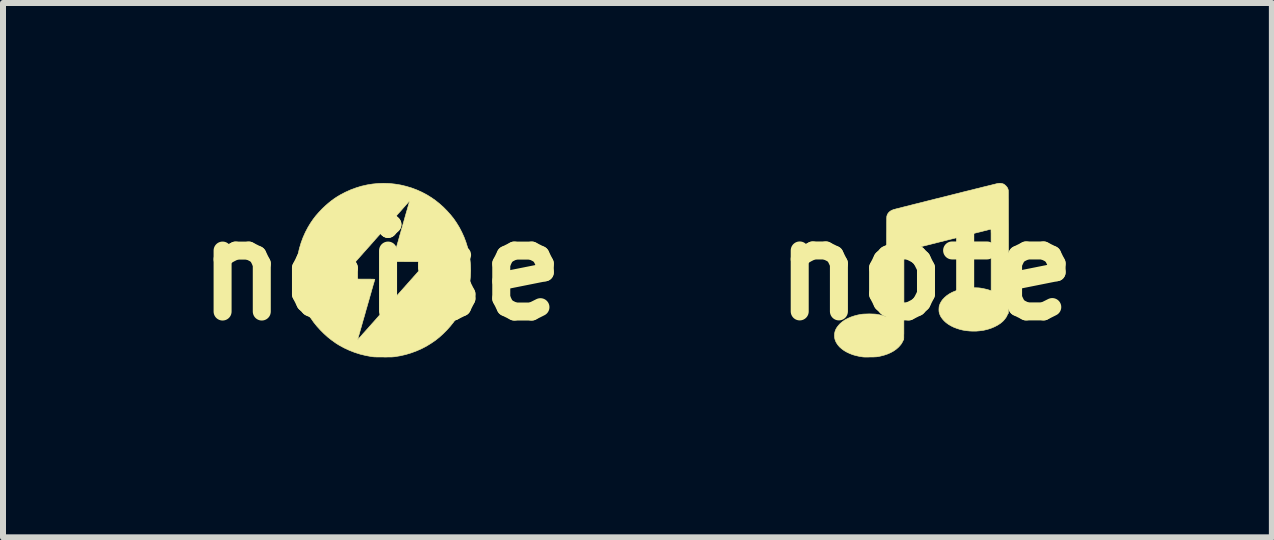
<source format=kicad_pcb>
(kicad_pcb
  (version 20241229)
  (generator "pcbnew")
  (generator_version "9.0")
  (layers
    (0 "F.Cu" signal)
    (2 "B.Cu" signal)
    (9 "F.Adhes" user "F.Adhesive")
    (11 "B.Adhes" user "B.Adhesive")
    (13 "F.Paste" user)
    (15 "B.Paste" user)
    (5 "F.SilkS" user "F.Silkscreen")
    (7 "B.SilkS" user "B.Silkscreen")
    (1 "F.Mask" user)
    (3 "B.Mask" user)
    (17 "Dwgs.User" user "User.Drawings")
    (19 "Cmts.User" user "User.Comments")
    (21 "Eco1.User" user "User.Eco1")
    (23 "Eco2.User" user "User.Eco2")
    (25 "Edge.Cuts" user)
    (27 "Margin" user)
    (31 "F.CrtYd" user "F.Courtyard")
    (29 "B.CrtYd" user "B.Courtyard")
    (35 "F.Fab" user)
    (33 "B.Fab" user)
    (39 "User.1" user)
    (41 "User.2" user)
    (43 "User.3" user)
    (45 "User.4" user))
  (footprint "noise"
    (layer "F.Cu")
    (at 3.309 1.453)
    (property "Reference" "noise" (at 0 0 0) (layer "F.SilkS") (effects (font (size 1.524 1.524) (thickness 0.3))))
    (attr through_hole)
    (fp_poly (pts (xy 0.129 -1.445) (xy 0.223 -1.435) (xy 0.316 -1.42) (xy 0.408 -1.398) (xy 0.499 -1.371) (xy 0.587 -1.338) (xy 0.674 -1.299) (xy 0.757 -1.255) (xy 0.833 -1.208) (xy 0.901 -1.16) (xy 0.967 -1.107) (xy 1.032 -1.049) (xy 1.093 -0.987) (xy 1.151 -0.922) (xy 1.201 -0.86) (xy 1.25 -0.789) (xy 1.296 -0.714) (xy 1.337 -0.635) (xy 1.374 -0.554) (xy 1.406 -0.47) (xy 1.433 -0.384) (xy 1.454 -0.298) (xy 1.459 -0.276) (xy 1.474 -0.182) (xy 1.483 -0.088) (xy 1.486 0.006) (xy 1.482 0.1) (xy 1.473 0.193) (xy 1.458 0.286) (xy 1.436 0.378) (xy 1.409 0.468) (xy 1.376 0.556) (xy 1.337 0.642) (xy 1.293 0.726) (xy 1.246 0.801) (xy 1.199 0.868) (xy 1.146 0.934) (xy 1.089 0.998) (xy 1.028 1.059) (xy 0.964 1.117) (xy 0.899 1.169) (xy 0.824 1.22) (xy 0.746 1.268) (xy 0.665 1.31) (xy 0.58 1.347) (xy 0.493 1.379) (xy 0.403 1.406) (xy 0.312 1.427) (xy 0.227 1.441) (xy 0.215 1.443) (xy 0.204 1.444) (xy 0.193 1.445) (xy 0.18 1.446) (xy 0.166 1.447) (xy 0.15 1.447) (xy 0.131 1.447) (xy 0.107 1.447) (xy 0.079 1.448) (xy 0.046 1.448) (xy 0.03 1.447) (xy -0.005 1.447) (xy -0.035 1.447) (xy -0.06 1.447) (xy -0.08 1.447) (xy -0.097 1.446) (xy -0.112 1.446) (xy -0.125 1.445) (xy -0.136 1.444) (xy -0.147 1.443) (xy -0.158 1.441) (xy -0.168 1.44) (xy -0.265 1.422) (xy -0.359 1.399) (xy -0.45 1.37) (xy -0.539 1.335) (xy -0.625 1.295) (xy -0.709 1.249) (xy -0.763 1.215) (xy -0.83 1.167) (xy -0.896 1.115) (xy -0.96 1.057) (xy -1.021 0.996) (xy -1.079 0.932) (xy -1.131 0.867) (xy -1.181 0.795) (xy -1.227 0.719) (xy -1.268 0.64) (xy -1.305 0.557) (xy -1.337 0.472) (xy -1.364 0.386) (xy -1.385 0.299) (xy -1.387 0.289) (xy -1.403 0.195) (xy -1.408 0.148) (xy -0.69 0.148) (xy -0.4 0.148) (xy -0.351 0.149) (xy -0.307 0.149) (xy -0.269 0.149) (xy -0.237 0.149) (xy -0.209 0.149) (xy -0.185 0.149) (xy -0.166 0.15) (xy -0.15 0.15) (xy -0.138 0.15) (xy -0.129 0.151) (xy -0.122 0.151) (xy -0.117 0.152) (xy -0.114 0.153) (xy -0.113 0.153) (xy -0.112 0.154) (xy -0.112 0.155) (xy -0.113 0.158) (xy -0.116 0.168) (xy -0.12 0.183) (xy -0.126 0.203) (xy -0.133 0.227) (xy -0.142 0.257) (xy -0.151 0.29) (xy -0.162 0.327) (xy -0.173 0.368) (xy -0.186 0.412) (xy -0.199 0.459) (xy -0.213 0.508) (xy -0.228 0.56) (xy -0.243 0.613) (xy -0.256 0.657) (xy -0.271 0.712) (xy -0.286 0.765) (xy -0.301 0.816) (xy -0.315 0.865) (xy -0.328 0.911) (xy -0.34 0.954) (xy -0.352 0.994) (xy -0.362 1.031) (xy -0.371 1.063) (xy -0.38 1.092) (xy -0.386 1.116) (xy -0.392 1.135) (xy -0.396 1.148) (xy -0.398 1.156) (xy -0.399 1.159) (xy -0.399 1.16) (xy -0.4 1.161) (xy -0.4 1.161) (xy -0.401 1.162) (xy -0.401 1.163) (xy -0.4 1.163) (xy -0.4 1.162) (xy -0.398 1.16) (xy -0.396 1.158) (xy -0.392 1.154) (xy -0.388 1.149) (xy -0.382 1.143) (xy -0.375 1.135) (xy -0.366 1.125) (xy -0.356 1.114) (xy -0.343 1.1) (xy -0.329 1.084) (xy -0.313 1.065) (xy -0.294 1.044) (xy -0.273 1.021) (xy -0.249 0.994) (xy -0.222 0.964) (xy -0.193 0.931) (xy -0.161 0.895) (xy -0.125 0.855) (xy -0.086 0.811) (xy -0.044 0.763) (xy 0.002 0.712) (xy 0.051 0.656) (xy 0.105 0.596) (xy 0.162 0.531) (xy 0.184 0.506) (xy 0.759 -0.141) (xy 0.47 -0.142) (xy 0.428 -0.142) (xy 0.388 -0.142) (xy 0.349 -0.143) (xy 0.314 -0.143) (xy 0.282 -0.143) (xy 0.253 -0.143) (xy 0.229 -0.143) (xy 0.209 -0.143) (xy 0.194 -0.144) (xy 0.185 -0.144) (xy 0.181 -0.144) (xy 0.181 -0.144) (xy 0.182 -0.147) (xy 0.184 -0.156) (xy 0.188 -0.17) (xy 0.194 -0.189) (xy 0.2 -0.213) (xy 0.208 -0.241) (xy 0.217 -0.272) (xy 0.227 -0.307) (xy 0.238 -0.345) (xy 0.25 -0.386) (xy 0.262 -0.429) (xy 0.275 -0.473) (xy 0.288 -0.519) (xy 0.301 -0.567) (xy 0.315 -0.614) (xy 0.328 -0.662) (xy 0.342 -0.71) (xy 0.356 -0.758) (xy 0.369 -0.804) (xy 0.382 -0.85) (xy 0.394 -0.893) (xy 0.406 -0.935) (xy 0.417 -0.974) (xy 0.428 -1.01) (xy 0.437 -1.043) (xy 0.446 -1.073) (xy 0.453 -1.098) (xy 0.459 -1.119) (xy 0.464 -1.135) (xy 0.467 -1.146) (xy 0.468 -1.152) (xy 0.469 -1.153) (xy 0.468 -1.154) (xy 0.464 -1.151) (xy 0.464 -1.151) (xy 0.461 -1.148) (xy 0.455 -1.141) (xy 0.444 -1.129) (xy 0.43 -1.113) (xy 0.412 -1.093) (xy 0.391 -1.069) (xy 0.367 -1.042) (xy 0.34 -1.011) (xy 0.31 -0.977) (xy 0.277 -0.941) (xy 0.242 -0.901) (xy 0.204 -0.859) (xy 0.164 -0.814) (xy 0.123 -0.767) (xy 0.079 -0.718) (xy 0.034 -0.668) (xy -0.012 -0.615) (xy -0.06 -0.562) (xy -0.109 -0.507) (xy -0.116 -0.498) (xy -0.69 0.148) (xy -1.408 0.148) (xy -1.413 0.1) (xy -1.416 0.006) (xy -1.413 -0.089) (xy -1.404 -0.183) (xy -1.389 -0.276) (xy -1.367 -0.368) (xy -1.34 -0.458) (xy -1.307 -0.547) (xy -1.268 -0.634) (xy -1.224 -0.717) (xy -1.184 -0.783) (xy -1.141 -0.846) (xy -1.096 -0.905) (xy -1.045 -0.963) (xy -0.99 -1.021) (xy -0.982 -1.029) (xy -0.933 -1.075) (xy -0.885 -1.117) (xy -0.838 -1.155) (xy -0.789 -1.191) (xy -0.739 -1.224) (xy -0.685 -1.256) (xy -0.601 -1.3) (xy -0.514 -1.339) (xy -0.425 -1.372) (xy -0.334 -1.4) (xy -0.241 -1.421) (xy -0.148 -1.436) (xy -0.053 -1.445) (xy 0.035 -1.448) (xy 0.129 -1.445)) (stroke (width 0.01) (type solid)) (fill yes) (layer "F.SilkS")))
  (footprint "note"
    (layer "F.Cu")
    (at 12.384 1.451)
    (property "Reference" "note" (at 0 0 0) (layer "F.SilkS") (effects (font (size 1.524 1.524) (thickness 0.3))))
    (attr through_hole)
    (fp_poly (pts (xy 1.263 -1.443) (xy 1.284 -1.437) (xy 1.299 -1.43) (xy 1.313 -1.42) (xy 1.328 -1.407) (xy 1.342 -1.392) (xy 1.354 -1.376) (xy 1.361 -1.364) (xy 1.366 -1.351) (xy 1.37 -1.337) (xy 1.372 -1.33) (xy 1.372 -1.325) (xy 1.372 -1.314) (xy 1.373 -1.296) (xy 1.373 -1.273) (xy 1.373 -1.242) (xy 1.373 -1.206) (xy 1.374 -1.163) (xy 1.374 -1.115) (xy 1.374 -1.06) (xy 1.374 -0.999) (xy 1.374 -0.932) (xy 1.374 -0.858) (xy 1.375 -0.779) (xy 1.375 -0.694) (xy 1.375 -0.603) (xy 1.375 -0.505) (xy 1.375 -0.402) (xy 1.375 -0.293) (xy 1.375 -0.198) (xy 1.375 -0.108) (xy 1.375 -0.025) (xy 1.375 0.053) (xy 1.375 0.125) (xy 1.375 0.192) (xy 1.375 0.253) (xy 1.375 0.31) (xy 1.375 0.362) (xy 1.375 0.409) (xy 1.374 0.453) (xy 1.374 0.492) (xy 1.374 0.527) (xy 1.374 0.559) (xy 1.374 0.587) (xy 1.374 0.611) (xy 1.374 0.633) (xy 1.373 0.652) (xy 1.373 0.668) (xy 1.373 0.681) (xy 1.373 0.693) (xy 1.372 0.702) (xy 1.372 0.71) (xy 1.372 0.715) (xy 1.371 0.72) (xy 1.371 0.723) (xy 1.371 0.725) (xy 1.37 0.726) (xy 1.37 0.727) (xy 1.369 0.727) (xy 1.369 0.727) (xy 1.365 0.729) (xy 1.36 0.736) (xy 1.356 0.745) (xy 1.346 0.769) (xy 1.331 0.794) (xy 1.312 0.819) (xy 1.292 0.843) (xy 1.273 0.861) (xy 1.235 0.892) (xy 1.191 0.92) (xy 1.143 0.945) (xy 1.091 0.967) (xy 1.037 0.985) (xy 0.982 0.999) (xy 0.954 1.005) (xy 0.893 1.013) (xy 0.834 1.018) (xy 0.775 1.018) (xy 0.729 1.016) (xy 0.67 1.01) (xy 0.615 1.001) (xy 0.562 0.988) (xy 0.515 0.973) (xy 0.465 0.954) (xy 0.418 0.931) (xy 0.374 0.905) (xy 0.336 0.877) (xy 0.302 0.846) (xy 0.273 0.813) (xy 0.249 0.779) (xy 0.24 0.761) (xy 0.233 0.746) (xy 0.227 0.729) (xy 0.222 0.715) (xy 0.221 0.71) (xy 0.217 0.688) (xy 0.216 0.663) (xy 0.217 0.637) (xy 0.219 0.612) (xy 0.222 0.597) (xy 0.236 0.559) (xy 0.256 0.522) (xy 0.281 0.488) (xy 0.312 0.456) (xy 0.347 0.426) (xy 0.388 0.398) (xy 0.433 0.373) (xy 0.482 0.352) (xy 0.535 0.333) (xy 0.592 0.317) (xy 0.652 0.305) (xy 0.654 0.304) (xy 0.674 0.302) (xy 0.699 0.3) (xy 0.727 0.298) (xy 0.758 0.296) (xy 0.788 0.296) (xy 0.819 0.295) (xy 0.846 0.296) (xy 0.87 0.297) (xy 0.886 0.298) (xy 0.916 0.302) (xy 0.948 0.308) (xy 0.981 0.315) (xy 1.012 0.322) (xy 1.04 0.33) (xy 1.049 0.333) (xy 1.086 0.345) (xy 1.086 -0.169) (xy 1.086 -0.238) (xy 1.086 -0.302) (xy 1.086 -0.359) (xy 1.086 -0.41) (xy 1.086 -0.457) (xy 1.085 -0.498) (xy 1.085 -0.534) (xy 1.085 -0.566) (xy 1.085 -0.593) (xy 1.085 -0.616) (xy 1.084 -0.635) (xy 1.084 -0.65) (xy 1.084 -0.663) (xy 1.083 -0.672) (xy 1.083 -0.678) (xy 1.082 -0.681) (xy 1.082 -0.682) (xy 1.082 -0.682) (xy 1.078 -0.681) (xy 1.069 -0.679) (xy 1.054 -0.675) (xy 1.034 -0.67) (xy 1.009 -0.663) (xy 0.979 -0.656) (xy 0.944 -0.647) (xy 0.905 -0.637) (xy 0.862 -0.627) (xy 0.815 -0.615) (xy 0.765 -0.602) (xy 0.712 -0.589) (xy 0.656 -0.575) (xy 0.597 -0.56) (xy 0.536 -0.545) (xy 0.473 -0.529) (xy 0.407 -0.513) (xy 0.355 -0.5) (xy -0.368 -0.319) (xy -0.368 0.421) (xy -0.368 0.504) (xy -0.368 0.581) (xy -0.368 0.652) (xy -0.368 0.717) (xy -0.368 0.776) (xy -0.369 0.831) (xy -0.369 0.88) (xy -0.369 0.924) (xy -0.369 0.964) (xy -0.369 1) (xy -0.369 1.031) (xy -0.369 1.058) (xy -0.37 1.082) (xy -0.37 1.102) (xy -0.37 1.119) (xy -0.37 1.132) (xy -0.371 1.143) (xy -0.371 1.151) (xy -0.371 1.157) (xy -0.372 1.16) (xy -0.372 1.162) (xy -0.372 1.162) (xy -0.376 1.165) (xy -0.38 1.172) (xy -0.386 1.182) (xy -0.387 1.187) (xy -0.401 1.213) (xy -0.416 1.237) (xy -0.436 1.261) (xy -0.46 1.287) (xy -0.461 1.288) (xy -0.499 1.321) (xy -0.541 1.35) (xy -0.588 1.376) (xy -0.64 1.399) (xy -0.696 1.418) (xy -0.758 1.434) (xy -0.797 1.442) (xy -0.808 1.444) (xy -0.819 1.445) (xy -0.831 1.447) (xy -0.845 1.447) (xy -0.861 1.448) (xy -0.88 1.449) (xy -0.904 1.449) (xy -0.933 1.449) (xy -0.935 1.449) (xy -0.96 1.45) (xy -0.984 1.45) (xy -1.005 1.45) (xy -1.022 1.45) (xy -1.036 1.449) (xy -1.044 1.449) (xy -1.046 1.449) (xy -1.109 1.439) (xy -1.167 1.426) (xy -1.22 1.411) (xy -1.269 1.392) (xy -1.315 1.371) (xy -1.357 1.347) (xy -1.365 1.342) (xy -1.406 1.312) (xy -1.441 1.281) (xy -1.47 1.247) (xy -1.493 1.212) (xy -1.5 1.199) (xy -1.511 1.173) (xy -1.519 1.149) (xy -1.523 1.124) (xy -1.525 1.097) (xy -1.525 1.091) (xy -1.523 1.054) (xy -1.515 1.019) (xy -1.501 0.985) (xy -1.482 0.953) (xy -1.457 0.921) (xy -1.43 0.892) (xy -1.392 0.86) (xy -1.35 0.831) (xy -1.303 0.806) (xy -1.253 0.784) (xy -1.197 0.765) (xy -1.136 0.749) (xy -1.083 0.739) (xy -1.063 0.736) (xy -1.037 0.734) (xy -1.008 0.733) (xy -0.977 0.732) (xy -0.944 0.731) (xy -0.912 0.732) (xy -0.881 0.733) (xy -0.854 0.734) (xy -0.831 0.736) (xy -0.822 0.738) (xy -0.788 0.744) (xy -0.753 0.751) (xy -0.72 0.759) (xy -0.691 0.768) (xy -0.689 0.769) (xy -0.677 0.773) (xy -0.667 0.776) (xy -0.661 0.778) (xy -0.66 0.778) (xy -0.66 0.775) (xy -0.659 0.766) (xy -0.659 0.75) (xy -0.659 0.73) (xy -0.659 0.704) (xy -0.659 0.673) (xy -0.658 0.637) (xy -0.658 0.597) (xy -0.658 0.553) (xy -0.658 0.504) (xy -0.658 0.452) (xy -0.658 0.397) (xy -0.658 0.338) (xy -0.657 0.276) (xy -0.657 0.212) (xy -0.657 0.145) (xy -0.657 0.076) (xy -0.657 0.006) (xy -0.657 -0.045) (xy -0.657 -0.144) (xy -0.657 -0.237) (xy -0.657 -0.323) (xy -0.657 -0.403) (xy -0.657 -0.476) (xy -0.657 -0.544) (xy -0.657 -0.605) (xy -0.656 -0.661) (xy -0.656 -0.71) (xy -0.656 -0.753) (xy -0.656 -0.79) (xy -0.655 -0.822) (xy -0.655 -0.847) (xy -0.655 -0.866) (xy -0.654 -0.88) (xy -0.654 -0.888) (xy -0.654 -0.889) (xy -0.651 -0.903) (xy -0.646 -0.918) (xy -0.643 -0.926) (xy -0.632 -0.945) (xy -0.616 -0.964) (xy -0.597 -0.98) (xy -0.577 -0.993) (xy -0.56 -1) (xy -0.552 -1.003) (xy -0.547 -1.006) (xy -0.546 -1.006) (xy -0.543 -1.007) (xy -0.534 -1.01) (xy -0.519 -1.013) (xy -0.499 -1.019) (xy -0.475 -1.025) (xy -0.445 -1.032) (xy -0.411 -1.041) (xy -0.373 -1.051) (xy -0.332 -1.061) (xy -0.287 -1.072) (xy -0.238 -1.085) (xy -0.187 -1.098) (xy -0.133 -1.111) (xy -0.077 -1.125) (xy -0.019 -1.14) (xy 0.04 -1.155) (xy 0.101 -1.17) (xy 0.163 -1.186) (xy 0.226 -1.201) (xy 0.289 -1.217) (xy 0.353 -1.233) (xy 0.416 -1.249) (xy 0.479 -1.265) (xy 0.541 -1.28) (xy 0.602 -1.296) (xy 0.662 -1.311) (xy 0.72 -1.325) (xy 0.777 -1.339) (xy 0.831 -1.353) (xy 0.882 -1.365) (xy 0.931 -1.378) (xy 0.976 -1.389) (xy 1.018 -1.399) (xy 1.057 -1.409) (xy 1.091 -1.417) (xy 1.121 -1.425) (xy 1.147 -1.431) (xy 1.167 -1.436) (xy 1.182 -1.44) (xy 1.192 -1.442) (xy 1.196 -1.443) (xy 1.204 -1.444) (xy 1.216 -1.445) (xy 1.222 -1.446) (xy 1.241 -1.446) (xy 1.263 -1.443)) (stroke (width 0.01) (type solid)) (fill yes) (layer "F.SilkS")))
  (gr_rect
    (start -3 -3)
    (end 18.149 5.906)
    (stroke (width 0.1) (type default))
    (fill no)
    (layer "Edge.Cuts")))
</source>
